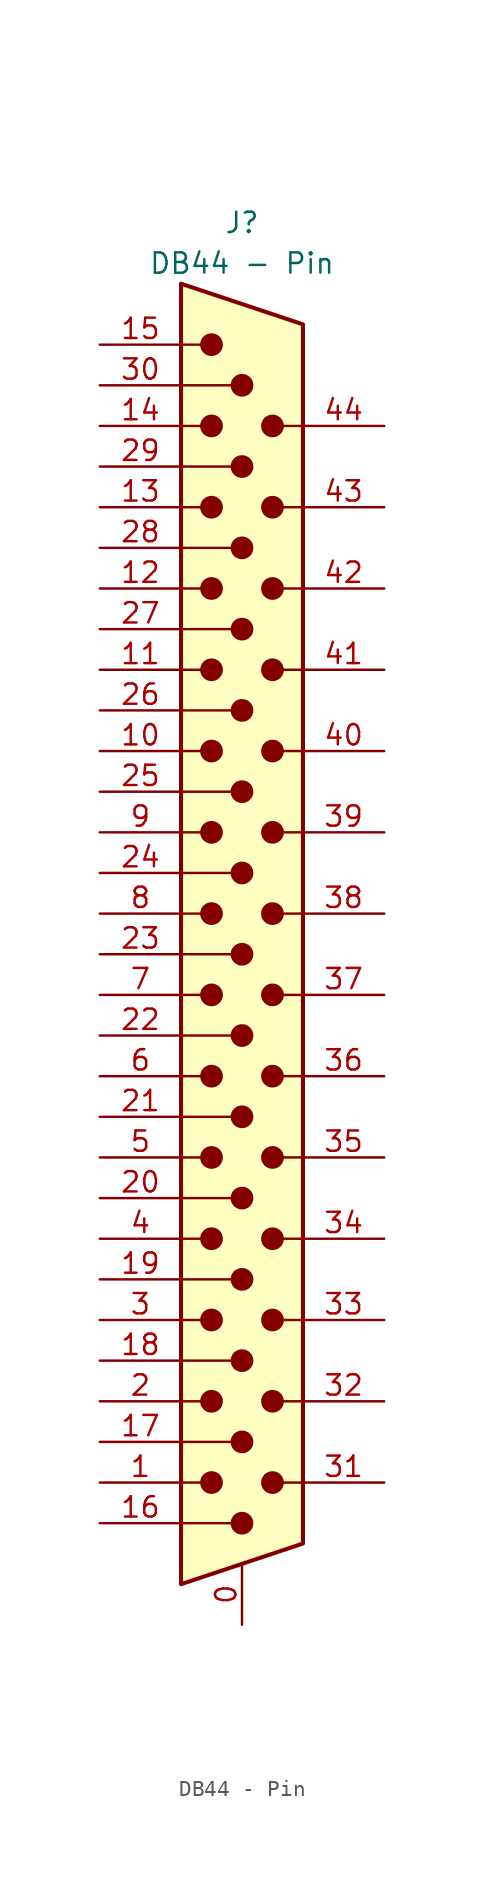
<source format=kicad_sym>
(kicad_symbol_lib
  (version 20211014)
  (generator kicad_symbol_editor)
  (symbol "DB44 - Pin"
    (pin_names
      (offset 1.016) hide)
    (property "Reference" "J"
      (at 0 39.37 0)
      (effects (font (size 1.27 1.27))))
    (property "Value" "DB44 - Pin"
      (at 0 36.83 0)
      (effects (font (size 1.27 1.27))))
    (symbol "DB44 - Pin_0_1"
      (circle (center -1.905 -39.37) (radius 0.635) (stroke (width 0) (type default) (color 0 0 0 0)) (fill (type outline)))
      (circle (center -1.905 -34.29) (radius 0.635) (stroke (width 0) (type default) (color 0 0 0 0)) (fill (type outline)))
      (circle (center -1.905 -29.21) (radius 0.635) (stroke (width 0) (type default) (color 0 0 0 0)) (fill (type outline)))
      (circle (center -1.905 -24.13) (radius 0.635) (stroke (width 0) (type default) (color 0 0 0 0)) (fill (type outline)))
      (circle (center -1.905 -19.05) (radius 0.635) (stroke (width 0) (type default) (color 0 0 0 0)) (fill (type outline)))
      (circle (center -1.905 -13.97) (radius 0.635) (stroke (width 0) (type default) (color 0 0 0 0)) (fill (type outline)))
      (circle (center -1.905 -8.89) (radius 0.635) (stroke (width 0) (type default) (color 0 0 0 0)) (fill (type outline)))
      (circle (center -1.905 -3.81) (radius 0.635) (stroke (width 0) (type default) (color 0 0 0 0)) (fill (type outline)))
      (circle (center -1.905 1.27) (radius 0.635) (stroke (width 0) (type default) (color 0 0 0 0)) (fill (type outline)))
      (circle (center -1.905 6.35) (radius 0.635) (stroke (width 0) (type default) (color 0 0 0 0)) (fill (type outline)))
      (circle (center -1.905 11.43) (radius 0.635) (stroke (width 0) (type default) (color 0 0 0 0)) (fill (type outline)))
      (circle (center -1.905 16.51) (radius 0.635) (stroke (width 0) (type default) (color 0 0 0 0)) (fill (type outline)))
      (circle (center -1.905 21.59) (radius 0.635) (stroke (width 0) (type default) (color 0 0 0 0)) (fill (type outline)))
      (circle (center -1.905 26.67) (radius 0.635) (stroke (width 0) (type default) (color 0 0 0 0)) (fill (type outline)))
      (circle (center -1.905 31.75) (radius 0.635) (stroke (width 0) (type default) (color 0 0 0 0)) (fill (type outline)))
      (circle (center 0 -41.91) (radius 0.635) (stroke (width 0) (type default) (color 0 0 0 0)) (fill (type outline)))
      (circle (center 0 -36.83) (radius 0.635) (stroke (width 0) (type default) (color 0 0 0 0)) (fill (type outline)))
      (circle (center 0 -31.75) (radius 0.635) (stroke (width 0) (type default) (color 0 0 0 0)) (fill (type outline)))
      (circle (center 0 -26.67) (radius 0.635) (stroke (width 0) (type default) (color 0 0 0 0)) (fill (type outline)))
      (circle (center 0 -21.59) (radius 0.635) (stroke (width 0) (type default) (color 0 0 0 0)) (fill (type outline)))
      (circle (center 0 -16.51) (radius 0.635) (stroke (width 0) (type default) (color 0 0 0 0)) (fill (type outline)))
      (circle (center 0 -11.43) (radius 0.635) (stroke (width 0) (type default) (color 0 0 0 0)) (fill (type outline)))
      (circle (center 0 -6.35) (radius 0.635) (stroke (width 0) (type default) (color 0 0 0 0)) (fill (type outline)))
      (circle (center 0 -1.27) (radius 0.635) (stroke (width 0) (type default) (color 0 0 0 0)) (fill (type outline)))
      (polyline (pts (xy -2.54 -39.37) (xy -3.81 -39.37)) (stroke (width 0) (type default) (color 0 0 0 0)) (fill (type none)))
      (polyline (pts (xy -2.54 -34.29) (xy -3.81 -34.29)) (stroke (width 0) (type default) (color 0 0 0 0)) (fill (type none)))
      (polyline (pts (xy -2.54 -29.21) (xy -3.81 -29.21)) (stroke (width 0) (type default) (color 0 0 0 0)) (fill (type none)))
      (polyline (pts (xy -2.54 -24.13) (xy -3.81 -24.13)) (stroke (width 0) (type default) (color 0 0 0 0)) (fill (type none)))
      (polyline (pts (xy -2.54 -19.05) (xy -3.81 -19.05)) (stroke (width 0) (type default) (color 0 0 0 0)) (fill (type none)))
      (polyline (pts (xy -2.54 -13.97) (xy -3.81 -13.97)) (stroke (width 0) (type default) (color 0 0 0 0)) (fill (type none)))
      (polyline (pts (xy -2.54 -8.89) (xy -3.81 -8.89)) (stroke (width 0) (type default) (color 0 0 0 0)) (fill (type none)))
      (polyline (pts (xy -2.54 -3.81) (xy -3.81 -3.81)) (stroke (width 0) (type default) (color 0 0 0 0)) (fill (type none)))
      (polyline (pts (xy -2.54 1.27) (xy -3.81 1.27)) (stroke (width 0) (type default) (color 0 0 0 0)) (fill (type none)))
      (polyline (pts (xy -2.54 6.35) (xy -3.81 6.35)) (stroke (width 0) (type default) (color 0 0 0 0)) (fill (type none)))
      (polyline (pts (xy -2.54 11.43) (xy -3.81 11.43)) (stroke (width 0) (type default) (color 0 0 0 0)) (fill (type none)))
      (polyline (pts (xy -2.54 16.51) (xy -3.81 16.51)) (stroke (width 0) (type default) (color 0 0 0 0)) (fill (type none)))
      (polyline (pts (xy -2.54 21.59) (xy -3.81 21.59)) (stroke (width 0) (type default) (color 0 0 0 0)) (fill (type none)))
      (polyline (pts (xy -2.54 26.67) (xy -3.81 26.67)) (stroke (width 0) (type default) (color 0 0 0 0)) (fill (type none)))
      (polyline (pts (xy -2.54 31.75) (xy -3.81 31.75)) (stroke (width 0) (type default) (color 0 0 0 0)) (fill (type none)))
      (polyline (pts (xy 0 -41.91) (xy -3.81 -41.91)) (stroke (width 0) (type default) (color 0 0 0 0)) (fill (type none)))
      (polyline (pts (xy 0 -36.83) (xy -3.81 -36.83)) (stroke (width 0) (type default) (color 0 0 0 0)) (fill (type none)))
      (polyline (pts (xy 0 -31.75) (xy -3.81 -31.75)) (stroke (width 0) (type default) (color 0 0 0 0)) (fill (type none)))
      (polyline (pts (xy 0 -26.67) (xy -3.81 -26.67)) (stroke (width 0) (type default) (color 0 0 0 0)) (fill (type none)))
      (polyline (pts (xy 0 -21.59) (xy -3.81 -21.59)) (stroke (width 0) (type default) (color 0 0 0 0)) (fill (type none)))
      (polyline (pts (xy 0 -16.51) (xy -3.81 -16.51)) (stroke (width 0) (type default) (color 0 0 0 0)) (fill (type none)))
      (polyline (pts (xy 0 -11.43) (xy -3.81 -11.43)) (stroke (width 0) (type default) (color 0 0 0 0)) (fill (type none)))
      (polyline (pts (xy 0 -6.35) (xy -3.81 -6.35)) (stroke (width 0) (type default) (color 0 0 0 0)) (fill (type none)))
      (polyline (pts (xy 0 -1.27) (xy -3.81 -1.27)) (stroke (width 0) (type default) (color 0 0 0 0)) (fill (type none)))
      (polyline (pts (xy 0 3.81) (xy -3.81 3.81)) (stroke (width 0) (type default) (color 0 0 0 0)) (fill (type none)))
      (polyline (pts (xy 0 8.89) (xy -3.81 8.89)) (stroke (width 0) (type default) (color 0 0 0 0)) (fill (type none)))
      (polyline (pts (xy 0 13.97) (xy -3.81 13.97)) (stroke (width 0) (type default) (color 0 0 0 0)) (fill (type none)))
      (polyline (pts (xy 0 19.05) (xy -3.81 19.05)) (stroke (width 0) (type default) (color 0 0 0 0)) (fill (type none)))
      (polyline (pts (xy 0 24.13) (xy -3.81 24.13)) (stroke (width 0) (type default) (color 0 0 0 0)) (fill (type none)))
      (polyline (pts (xy 0 29.21) (xy -3.81 29.21)) (stroke (width 0) (type default) (color 0 0 0 0)) (fill (type none)))
      (polyline (pts (xy 3.81 -39.37) (xy 2.54 -39.37)) (stroke (width 0) (type default) (color 0 0 0 0)) (fill (type none)))
      (polyline (pts (xy 3.81 -34.29) (xy 2.54 -34.29)) (stroke (width 0) (type default) (color 0 0 0 0)) (fill (type none)))
      (polyline (pts (xy 3.81 -29.21) (xy 2.54 -29.21)) (stroke (width 0) (type default) (color 0 0 0 0)) (fill (type none)))
      (polyline (pts (xy 3.81 -24.13) (xy 2.54 -24.13)) (stroke (width 0) (type default) (color 0 0 0 0)) (fill (type none)))
      (polyline (pts (xy 3.81 -19.05) (xy 2.54 -19.05)) (stroke (width 0) (type default) (color 0 0 0 0)) (fill (type none)))
      (polyline (pts (xy 3.81 -13.97) (xy 2.54 -13.97)) (stroke (width 0) (type default) (color 0 0 0 0)) (fill (type none)))
      (polyline (pts (xy 3.81 -8.89) (xy 2.54 -8.89)) (stroke (width 0) (type default) (color 0 0 0 0)) (fill (type none)))
      (polyline (pts (xy 3.81 -3.81) (xy 2.54 -3.81)) (stroke (width 0) (type default) (color 0 0 0 0)) (fill (type none)))
      (polyline (pts (xy 3.81 1.27) (xy 2.54 1.27)) (stroke (width 0) (type default) (color 0 0 0 0)) (fill (type none)))
      (polyline (pts (xy 3.81 6.35) (xy 2.54 6.35)) (stroke (width 0) (type default) (color 0 0 0 0)) (fill (type none)))
      (polyline (pts (xy 3.81 11.43) (xy 2.54 11.43)) (stroke (width 0) (type default) (color 0 0 0 0)) (fill (type none)))
      (polyline (pts (xy 3.81 16.51) (xy 2.54 16.51)) (stroke (width 0) (type default) (color 0 0 0 0)) (fill (type none)))
      (polyline (pts (xy 3.81 21.59) (xy 2.54 21.59)) (stroke (width 0) (type default) (color 0 0 0 0)) (fill (type none)))
      (polyline (pts (xy 3.81 26.67) (xy 2.54 26.67)) (stroke (width 0) (type default) (color 0 0 0 0)) (fill (type none)))
      (polyline (pts (xy -3.81 35.56) (xy -3.81 -45.72) (xy 3.81 -43.18) (xy 3.81 33.02) (xy -3.81 35.56)) (stroke (width 0.254) (type default) (color 0 0 0 0)) (fill (type background)))
      (circle (center 0 3.81) (radius 0.635) (stroke (width 0) (type default) (color 0 0 0 0)) (fill (type outline)))
      (circle (center 0 8.89) (radius 0.635) (stroke (width 0) (type default) (color 0 0 0 0)) (fill (type outline)))
      (circle (center 0 13.97) (radius 0.635) (stroke (width 0) (type default) (color 0 0 0 0)) (fill (type outline)))
      (circle (center 0 19.05) (radius 0.635) (stroke (width 0) (type default) (color 0 0 0 0)) (fill (type outline)))
      (circle (center 0 24.13) (radius 0.635) (stroke (width 0) (type default) (color 0 0 0 0)) (fill (type outline)))
      (circle (center 0 29.21) (radius 0.635) (stroke (width 0) (type default) (color 0 0 0 0)) (fill (type outline)))
      (circle (center 1.905 -39.37) (radius 0.635) (stroke (width 0) (type default) (color 0 0 0 0)) (fill (type outline)))
      (circle (center 1.905 -34.29) (radius 0.635) (stroke (width 0) (type default) (color 0 0 0 0)) (fill (type outline)))
      (circle (center 1.905 -29.21) (radius 0.635) (stroke (width 0) (type default) (color 0 0 0 0)) (fill (type outline)))
      (circle (center 1.905 -24.13) (radius 0.635) (stroke (width 0) (type default) (color 0 0 0 0)) (fill (type outline)))
      (circle (center 1.905 -19.05) (radius 0.635) (stroke (width 0) (type default) (color 0 0 0 0)) (fill (type outline)))
      (circle (center 1.905 -13.97) (radius 0.635) (stroke (width 0) (type default) (color 0 0 0 0)) (fill (type outline)))
      (circle (center 1.905 -8.89) (radius 0.635) (stroke (width 0) (type default) (color 0 0 0 0)) (fill (type outline)))
      (circle (center 1.905 -3.81) (radius 0.635) (stroke (width 0) (type default) (color 0 0 0 0)) (fill (type outline)))
      (circle (center 1.905 1.27) (radius 0.635) (stroke (width 0) (type default) (color 0 0 0 0)) (fill (type outline)))
      (circle (center 1.905 6.35) (radius 0.635) (stroke (width 0) (type default) (color 0 0 0 0)) (fill (type outline)))
      (circle (center 1.905 11.43) (radius 0.635) (stroke (width 0) (type default) (color 0 0 0 0)) (fill (type outline)))
      (circle (center 1.905 16.51) (radius 0.635) (stroke (width 0) (type default) (color 0 0 0 0)) (fill (type outline)))
      (circle (center 1.905 21.59) (radius 0.635) (stroke (width 0) (type default) (color 0 0 0 0)) (fill (type outline)))
      (circle (center 1.905 26.67) (radius 0.635) (stroke (width 0) (type default) (color 0 0 0 0)) (fill (type outline))))
    (symbol "DB44 - Pin_1_1"
      (pin passive line (at 0 -48.26 90) (length 3.81) (name "0" (effects (font (size 1.27 1.27)))) (number "0" (effects (font (size 1.27 1.27)))))
      (pin passive line (at -8.89 -39.37 0) (length 5.08) (name "1" (effects (font (size 1.27 1.27)))) (number "1" (effects (font (size 1.27 1.27)))))
      (pin passive line (at -8.89 6.35 0) (length 5.08) (name "10" (effects (font (size 1.27 1.27)))) (number "10" (effects (font (size 1.27 1.27)))))
      (pin passive line (at -8.89 11.43 0) (length 5.08) (name "11" (effects (font (size 1.27 1.27)))) (number "11" (effects (font (size 1.27 1.27)))))
      (pin passive line (at -8.89 16.51 0) (length 5.08) (name "12" (effects (font (size 1.27 1.27)))) (number "12" (effects (font (size 1.27 1.27)))))
      (pin passive line (at -8.89 21.59 0) (length 5.08) (name "13" (effects (font (size 1.27 1.27)))) (number "13" (effects (font (size 1.27 1.27)))))
      (pin passive line (at -8.89 26.67 0) (length 5.08) (name "14" (effects (font (size 1.27 1.27)))) (number "14" (effects (font (size 1.27 1.27)))))
      (pin passive line (at -8.89 31.75 0) (length 5.08) (name "15" (effects (font (size 1.27 1.27)))) (number "15" (effects (font (size 1.27 1.27)))))
      (pin passive line (at -8.89 -41.91 0) (length 5.08) (name "16" (effects (font (size 1.27 1.27)))) (number "16" (effects (font (size 1.27 1.27)))))
      (pin passive line (at -8.89 -36.83 0) (length 5.08) (name "17" (effects (font (size 1.27 1.27)))) (number "17" (effects (font (size 1.27 1.27)))))
      (pin passive line (at -8.89 -31.75 0) (length 5.08) (name "18" (effects (font (size 1.27 1.27)))) (number "18" (effects (font (size 1.27 1.27)))))
      (pin passive line (at -8.89 -26.67 0) (length 5.08) (name "19" (effects (font (size 1.27 1.27)))) (number "19" (effects (font (size 1.27 1.27)))))
      (pin passive line (at -8.89 -34.29 0) (length 5.08) (name "2" (effects (font (size 1.27 1.27)))) (number "2" (effects (font (size 1.27 1.27)))))
      (pin passive line (at -8.89 -21.59 0) (length 5.08) (name "20" (effects (font (size 1.27 1.27)))) (number "20" (effects (font (size 1.27 1.27)))))
      (pin passive line (at -8.89 -16.51 0) (length 5.08) (name "21" (effects (font (size 1.27 1.27)))) (number "21" (effects (font (size 1.27 1.27)))))
      (pin passive line (at -8.89 -11.43 0) (length 5.08) (name "22" (effects (font (size 1.27 1.27)))) (number "22" (effects (font (size 1.27 1.27)))))
      (pin passive line (at -8.89 -6.35 0) (length 5.08) (name "23" (effects (font (size 1.27 1.27)))) (number "23" (effects (font (size 1.27 1.27)))))
      (pin passive line (at -8.89 -1.27 0) (length 5.08) (name "24" (effects (font (size 1.27 1.27)))) (number "24" (effects (font (size 1.27 1.27)))))
      (pin passive line (at -8.89 3.81 0) (length 5.08) (name "25" (effects (font (size 1.27 1.27)))) (number "25" (effects (font (size 1.27 1.27)))))
      (pin passive line (at -8.89 8.89 0) (length 5.08) (name "26" (effects (font (size 1.27 1.27)))) (number "26" (effects (font (size 1.27 1.27)))))
      (pin passive line (at -8.89 13.97 0) (length 5.08) (name "27" (effects (font (size 1.27 1.27)))) (number "27" (effects (font (size 1.27 1.27)))))
      (pin passive line (at -8.89 19.05 0) (length 5.08) (name "28" (effects (font (size 1.27 1.27)))) (number "28" (effects (font (size 1.27 1.27)))))
      (pin passive line (at -8.89 24.13 0) (length 5.08) (name "29" (effects (font (size 1.27 1.27)))) (number "29" (effects (font (size 1.27 1.27)))))
      (pin passive line (at -8.89 -29.21 0) (length 5.08) (name "3" (effects (font (size 1.27 1.27)))) (number "3" (effects (font (size 1.27 1.27)))))
      (pin passive line (at -8.89 29.21 0) (length 5.08) (name "30" (effects (font (size 1.27 1.27)))) (number "30" (effects (font (size 1.27 1.27)))))
      (pin passive line (at 8.89 -39.37 180) (length 5.08) (name "31" (effects (font (size 1.27 1.27)))) (number "31" (effects (font (size 1.27 1.27)))))
      (pin passive line (at 8.89 -34.29 180) (length 5.08) (name "32" (effects (font (size 1.27 1.27)))) (number "32" (effects (font (size 1.27 1.27)))))
      (pin passive line (at 8.89 -29.21 180) (length 5.08) (name "33" (effects (font (size 1.27 1.27)))) (number "33" (effects (font (size 1.27 1.27)))))
      (pin passive line (at 8.89 -24.13 180) (length 5.08) (name "34" (effects (font (size 1.27 1.27)))) (number "34" (effects (font (size 1.27 1.27)))))
      (pin passive line (at 8.89 -19.05 180) (length 5.08) (name "35" (effects (font (size 1.27 1.27)))) (number "35" (effects (font (size 1.27 1.27)))))
      (pin passive line (at 8.89 -13.97 180) (length 5.08) (name "36" (effects (font (size 1.27 1.27)))) (number "36" (effects (font (size 1.27 1.27)))))
      (pin passive line (at 8.89 -8.89 180) (length 5.08) (name "37" (effects (font (size 1.27 1.27)))) (number "37" (effects (font (size 1.27 1.27)))))
      (pin passive line (at 8.89 -3.81 180) (length 5.08) (name "38" (effects (font (size 1.27 1.27)))) (number "38" (effects (font (size 1.27 1.27)))))
      (pin passive line (at 8.89 1.27 180) (length 5.08) (name "39" (effects (font (size 1.27 1.27)))) (number "39" (effects (font (size 1.27 1.27)))))
      (pin passive line (at -8.89 -24.13 0) (length 5.08) (name "4" (effects (font (size 1.27 1.27)))) (number "4" (effects (font (size 1.27 1.27)))))
      (pin passive line (at 8.89 6.35 180) (length 5.08) (name "40" (effects (font (size 1.27 1.27)))) (number "40" (effects (font (size 1.27 1.27)))))
      (pin passive line (at 8.89 11.43 180) (length 5.08) (name "41" (effects (font (size 1.27 1.27)))) (number "41" (effects (font (size 1.27 1.27)))))
      (pin passive line (at 8.89 16.51 180) (length 5.08) (name "42" (effects (font (size 1.27 1.27)))) (number "42" (effects (font (size 1.27 1.27)))))
      (pin passive line (at 8.89 21.59 180) (length 5.08) (name "43" (effects (font (size 1.27 1.27)))) (number "43" (effects (font (size 1.27 1.27)))))
      (pin passive line (at 8.89 26.67 180) (length 5.08) (name "44" (effects (font (size 1.27 1.27)))) (number "44" (effects (font (size 1.27 1.27)))))
      (pin passive line (at -8.89 -19.05 0) (length 5.08) (name "5" (effects (font (size 1.27 1.27)))) (number "5" (effects (font (size 1.27 1.27)))))
      (pin passive line (at -8.89 -13.97 0) (length 5.08) (name "6" (effects (font (size 1.27 1.27)))) (number "6" (effects (font (size 1.27 1.27)))))
      (pin passive line (at -8.89 -8.89 0) (length 5.08) (name "7" (effects (font (size 1.27 1.27)))) (number "7" (effects (font (size 1.27 1.27)))))
      (pin passive line (at -8.89 -3.81 0) (length 5.08) (name "8" (effects (font (size 1.27 1.27)))) (number "8" (effects (font (size 1.27 1.27)))))
      (pin passive line (at -8.89 1.27 0) (length 5.08) (name "9" (effects (font (size 1.27 1.27)))) (number "9" (effects (font (size 1.27 1.27))))))))
</source>
